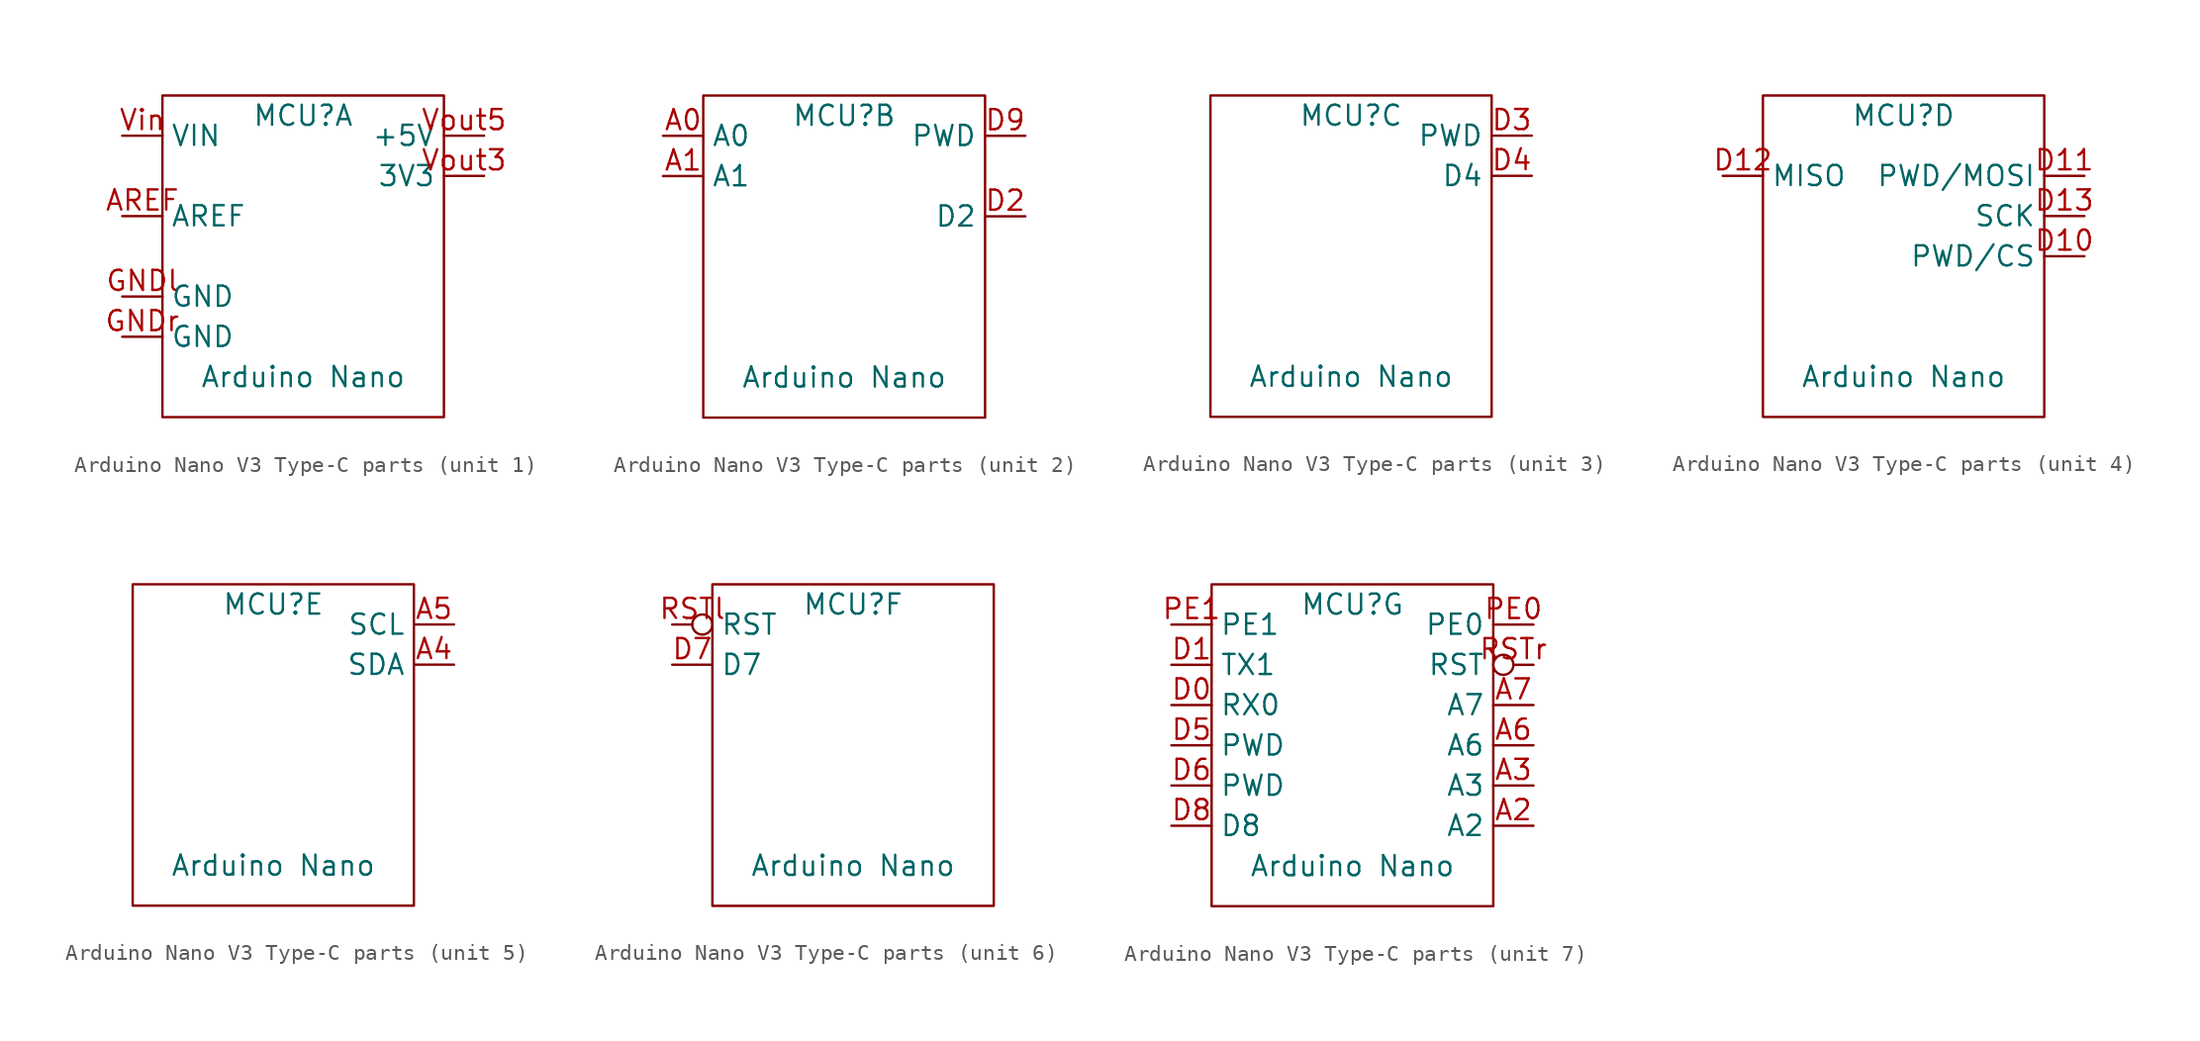
<source format=kicad_sym>
(kicad_symbol_lib
  (version 20241209)
  (generator "kicad_symbol_editor")
  (generator_version "9.0")
  (symbol "Arduino Nano V3 Type-C parts"
    (property "Reference" "MCU"
      (at 8.89 -1.27 0)
      (do_not_autoplace)
      (effects (font (size 1.27 1.27))))
    (property "Value" "Arduino Nano"
      (at 8.89 -17.78 0)
      (do_not_autoplace)
      (effects (font (size 1.27 1.27))))
    (property "ki_locked" ""
      (at 0 0 0)
      (effects (font (size 1.27 1.27))))
    (symbol "Arduino Nano V3 Type-C parts_0_1"
      (rectangle (start 0 0) (end 17.78 -20.32) (stroke (width 0) (type default)) (fill (type none))))
    (symbol "Arduino Nano V3 Type-C parts_1_1"
      (pin power_in line (at -2.54 -2.54 0) (length 2.54) (name "VIN" (effects (font (size 1.27 1.27)))) (number "Vin" (effects (font (size 1.27 1.27)))))
      (pin power_in line (at -2.54 -7.62 0) (length 2.54) (name "AREF" (effects (font (size 1.27 1.27)))) (number "AREF" (effects (font (size 1.27 1.27)))))
      (pin passive line (at -2.54 -12.7 0) (length 2.54) (name "GND" (effects (font (size 1.27 1.27)))) (number "GNDl" (effects (font (size 1.27 1.27)))))
      (pin passive line (at -2.54 -15.24 0) (length 2.54) (name "GND" (effects (font (size 1.27 1.27)))) (number "GNDr" (effects (font (size 1.27 1.27)))))
      (pin power_out line (at 20.32 -2.54 180) (length 2.54) (name "+5V" (effects (font (size 1.27 1.27)))) (number "Vout5" (effects (font (size 1.27 1.27)))))
      (pin power_out line (at 20.32 -5.08 180) (length 2.54) (name "3V3" (effects (font (size 1.27 1.27)))) (number "Vout3" (effects (font (size 1.27 1.27))))))
    (symbol "Arduino Nano V3 Type-C parts_2_1"
      (pin input line (at -2.54 -2.54 0) (length 2.54) (name "A0" (effects (font (size 1.27 1.27)))) (number "A0" (effects (font (size 1.27 1.27)))))
      (pin input line (at -2.54 -5.08 0) (length 2.54) (name "A1" (effects (font (size 1.27 1.27)))) (number "A1" (effects (font (size 1.27 1.27)))))
      (pin output line (at 20.32 -2.54 180) (length 2.54) (name "PWD" (effects (font (size 1.27 1.27)))) (number "D9" (effects (font (size 1.27 1.27)))))
      (pin output line (at 20.32 -7.62 180) (length 2.54) (name "D2" (effects (font (size 1.27 1.27)))) (number "D2" (effects (font (size 1.27 1.27))))))
    (symbol "Arduino Nano V3 Type-C parts_3_1"
      (pin output line (at 20.32 -2.54 180) (length 2.54) (name "PWD" (effects (font (size 1.27 1.27)))) (number "D3" (effects (font (size 1.27 1.27)))))
      (pin output line (at 20.32 -5.08 180) (length 2.54) (name "D4" (effects (font (size 1.27 1.27)))) (number "D4" (effects (font (size 1.27 1.27))))))
    (symbol "Arduino Nano V3 Type-C parts_4_1"
      (pin input line (at -2.54 -5.08 0) (length 2.54) (name "MISO" (effects (font (size 1.27 1.27)))) (number "D12" (effects (font (size 1.27 1.27)))))
      (pin output line (at 20.32 -5.08 180) (length 2.54) (name "PWD/MOSI" (effects (font (size 1.27 1.27)))) (number "D11" (effects (font (size 1.27 1.27)))))
      (pin output line (at 20.32 -7.62 180) (length 2.54) (name "SCK" (effects (font (size 1.27 1.27)))) (number "D13" (effects (font (size 1.27 1.27)))))
      (pin output line (at 20.32 -10.16 180) (length 2.54) (name "PWD/CS" (effects (font (size 1.27 1.27)))) (number "D10" (effects (font (size 1.27 1.27))))))
    (symbol "Arduino Nano V3 Type-C parts_5_1"
      (pin output line (at 20.32 -2.54 180) (length 2.54) (name "SCL" (effects (font (size 1.27 1.27)))) (number "A5" (effects (font (size 1.27 1.27)))))
      (pin bidirectional line (at 20.32 -5.08 180) (length 2.54) (name "SDA" (effects (font (size 1.27 1.27)))) (number "A4" (effects (font (size 1.27 1.27))))))
    (symbol "Arduino Nano V3 Type-C parts_6_1"
      (pin input inverted (at -2.54 -2.54 0) (length 2.54) (name "RST" (effects (font (size 1.27 1.27)))) (number "RSTl" (effects (font (size 1.27 1.27)))))
      (pin bidirectional line (at -2.54 -5.08 0) (length 2.54) (name "D7" (effects (font (size 1.27 1.27)))) (number "D7" (effects (font (size 1.27 1.27))))))
    (symbol "Arduino Nano V3 Type-C parts_7_1"
      (pin passive line (at -2.54 -2.54 0) (length 2.54) (name "PE1" (effects (font (size 1.27 1.27)))) (number "PE1" (effects (font (size 1.27 1.27)))))
      (pin bidirectional line (at -2.54 -5.08 0) (length 2.54) (name "TX1" (effects (font (size 1.27 1.27)))) (number "D1" (effects (font (size 1.27 1.27)))))
      (pin bidirectional line (at -2.54 -7.62 0) (length 2.54) (name "RX0" (effects (font (size 1.27 1.27)))) (number "D0" (effects (font (size 1.27 1.27)))))
      (pin bidirectional line (at -2.54 -10.16 0) (length 2.54) (name "PWD" (effects (font (size 1.27 1.27)))) (number "D5" (effects (font (size 1.27 1.27)))))
      (pin bidirectional line (at -2.54 -12.7 0) (length 2.54) (name "PWD" (effects (font (size 1.27 1.27)))) (number "D6" (effects (font (size 1.27 1.27)))))
      (pin bidirectional line (at -2.54 -15.24 0) (length 2.54) (name "D8" (effects (font (size 1.27 1.27)))) (number "D8" (effects (font (size 1.27 1.27)))))
      (pin passive line (at 20.32 -2.54 180) (length 2.54) (name "PE0" (effects (font (size 1.27 1.27)))) (number "PE0" (effects (font (size 1.27 1.27)))))
      (pin input inverted (at 20.32 -5.08 180) (length 2.54) (name "RST" (effects (font (size 1.27 1.27)))) (number "RSTr" (effects (font (size 1.27 1.27)))))
      (pin input line (at 20.32 -7.62 180) (length 2.54) (name "A7" (effects (font (size 1.27 1.27)))) (number "A7" (effects (font (size 1.27 1.27)))))
      (pin input line (at 20.32 -10.16 180) (length 2.54) (name "A6" (effects (font (size 1.27 1.27)))) (number "A6" (effects (font (size 1.27 1.27)))))
      (pin input line (at 20.32 -12.7 180) (length 2.54) (name "A3" (effects (font (size 1.27 1.27)))) (number "A3" (effects (font (size 1.27 1.27)))))
      (pin input line (at 20.32 -15.24 180) (length 2.54) (name "A2" (effects (font (size 1.27 1.27)))) (number "A2" (effects (font (size 1.27 1.27))))))))
</source>
